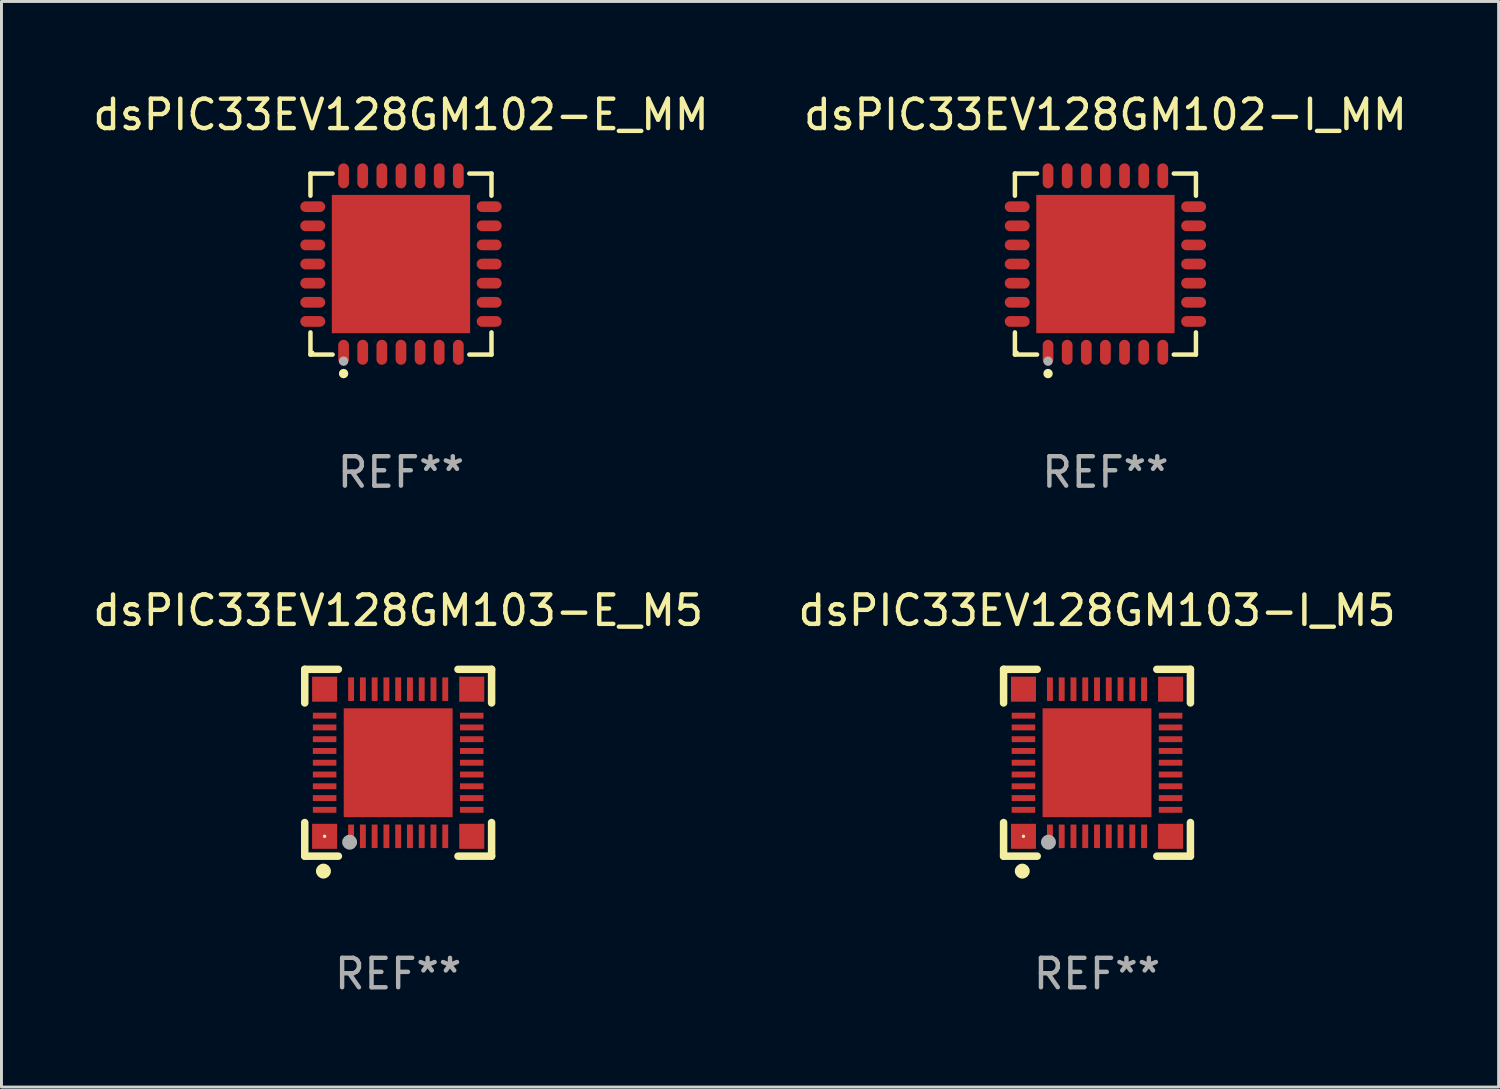
<source format=kicad_pcb>
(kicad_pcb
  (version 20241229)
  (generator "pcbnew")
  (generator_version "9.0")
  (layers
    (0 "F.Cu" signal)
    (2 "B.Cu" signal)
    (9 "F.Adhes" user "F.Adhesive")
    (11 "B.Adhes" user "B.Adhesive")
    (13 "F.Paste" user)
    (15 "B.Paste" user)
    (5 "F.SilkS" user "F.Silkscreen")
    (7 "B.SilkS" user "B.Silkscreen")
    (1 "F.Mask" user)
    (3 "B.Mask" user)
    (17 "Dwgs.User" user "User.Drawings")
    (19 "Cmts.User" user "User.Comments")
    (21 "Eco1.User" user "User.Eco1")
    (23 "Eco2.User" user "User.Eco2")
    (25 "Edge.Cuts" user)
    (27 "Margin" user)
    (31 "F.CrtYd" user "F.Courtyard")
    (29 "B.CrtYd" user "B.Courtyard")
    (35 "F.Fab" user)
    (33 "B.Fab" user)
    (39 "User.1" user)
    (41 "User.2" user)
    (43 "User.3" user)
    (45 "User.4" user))
  (footprint "dsPIC33EV128GM102-E_MM"
    (layer "F.Cu")
    (at 10.577 5.924)
    (property "Reference" "dsPIC33EV128GM102-E_MM" (at 0 -5.076 0) (layer "F.SilkS") (effects (font (size 1 1) (thickness 0.15))))
    (attr through_hole)
    (fp_line (start -3.076 -3.076) (end -2.323 -3.076) (stroke (width 0.152) (type solid)) (layer "F.SilkS"))
    (fp_line (start -3.076 -2.323) (end -3.076 -3.076) (stroke (width 0.152) (type solid)) (layer "F.SilkS"))
    (fp_line (start -3.076 2.323) (end -3.076 3.076) (stroke (width 0.152) (type solid)) (layer "F.SilkS"))
    (fp_line (start -3.076 3.076) (end -2.323 3.076) (stroke (width 0.152) (type solid)) (layer "F.SilkS"))
    (fp_line (start 3.076 -3.076) (end 2.323 -3.076) (stroke (width 0.152) (type solid)) (layer "F.SilkS"))
    (fp_line (start 3.076 -2.323) (end 3.076 -3.076) (stroke (width 0.152) (type solid)) (layer "F.SilkS"))
    (fp_line (start 3.076 2.323) (end 3.076 3.076) (stroke (width 0.152) (type solid)) (layer "F.SilkS"))
    (fp_line (start 3.076 3.076) (end 2.323 3.076) (stroke (width 0.152) (type solid)) (layer "F.SilkS"))
    (fp_circle (center -3 3) (end -2.97 3) (stroke (width 0.06) (type solid)) (fill no) (layer "F.SilkS"))
    (fp_circle (center -1.95 3.722) (end -1.87 3.722) (stroke (width 0.16) (type solid)) (fill no) (layer "F.SilkS"))
    (fp_circle (center -1.95 3.3) (end -1.87 3.3) (stroke (width 0.16) (type solid)) (fill no) (layer "F.Fab"))
    (fp_text user "REF**" (at 0 7.076 0) (layer "F.Fab") (effects (font (size 1 1) (thickness 0.15))))
    (pad "1" smd oval (at -1.95 2.998) (size 0.364 0.847) (layers "F.Cu" "F.Mask" "F.Paste"))
    (pad "2" smd oval (at -1.3 2.998) (size 0.364 0.847) (layers "F.Cu" "F.Mask" "F.Paste"))
    (pad "3" smd oval (at -0.65 2.998) (size 0.364 0.847) (layers "F.Cu" "F.Mask" "F.Paste"))
    (pad "4" smd oval (at 0 2.998) (size 0.364 0.847) (layers "F.Cu" "F.Mask" "F.Paste"))
    (pad "5" smd oval (at 0.65 2.998) (size 0.364 0.847) (layers "F.Cu" "F.Mask" "F.Paste"))
    (pad "6" smd oval (at 1.3 2.998) (size 0.364 0.847) (layers "F.Cu" "F.Mask" "F.Paste"))
    (pad "7" smd oval (at 1.95 2.998) (size 0.364 0.847) (layers "F.Cu" "F.Mask" "F.Paste"))
    (pad "8" smd oval (at 2.998 1.95) (size 0.847 0.364) (layers "F.Cu" "F.Mask" "F.Paste"))
    (pad "9" smd oval (at 2.998 1.3) (size 0.847 0.364) (layers "F.Cu" "F.Mask" "F.Paste"))
    (pad "10" smd oval (at 2.998 0.65) (size 0.847 0.364) (layers "F.Cu" "F.Mask" "F.Paste"))
    (pad "11" smd oval (at 2.998 0) (size 0.847 0.364) (layers "F.Cu" "F.Mask" "F.Paste"))
    (pad "12" smd oval (at 2.998 -0.65) (size 0.847 0.364) (layers "F.Cu" "F.Mask" "F.Paste"))
    (pad "13" smd oval (at 2.998 -1.3) (size 0.847 0.364) (layers "F.Cu" "F.Mask" "F.Paste"))
    (pad "14" smd oval (at 2.998 -1.95) (size 0.847 0.364) (layers "F.Cu" "F.Mask" "F.Paste"))
    (pad "15" smd oval (at 1.95 -2.998) (size 0.364 0.847) (layers "F.Cu" "F.Mask" "F.Paste"))
    (pad "16" smd oval (at 1.3 -2.998) (size 0.364 0.847) (layers "F.Cu" "F.Mask" "F.Paste"))
    (pad "17" smd oval (at 0.65 -2.998) (size 0.364 0.847) (layers "F.Cu" "F.Mask" "F.Paste"))
    (pad "18" smd oval (at 0 -2.998) (size 0.364 0.847) (layers "F.Cu" "F.Mask" "F.Paste"))
    (pad "19" smd oval (at -0.65 -2.998) (size 0.364 0.847) (layers "F.Cu" "F.Mask" "F.Paste"))
    (pad "20" smd oval (at -1.3 -2.998) (size 0.364 0.847) (layers "F.Cu" "F.Mask" "F.Paste"))
    (pad "21" smd oval (at -1.95 -2.998) (size 0.364 0.847) (layers "F.Cu" "F.Mask" "F.Paste"))
    (pad "22" smd oval (at -2.998 -1.95) (size 0.847 0.364) (layers "F.Cu" "F.Mask" "F.Paste"))
    (pad "23" smd oval (at -2.998 -1.3) (size 0.847 0.364) (layers "F.Cu" "F.Mask" "F.Paste"))
    (pad "24" smd oval (at -2.998 -0.65) (size 0.847 0.364) (layers "F.Cu" "F.Mask" "F.Paste"))
    (pad "25" smd oval (at -2.998 0) (size 0.847 0.364) (layers "F.Cu" "F.Mask" "F.Paste"))
    (pad "26" smd oval (at -2.998 0.65) (size 0.847 0.364) (layers "F.Cu" "F.Mask" "F.Paste"))
    (pad "27" smd oval (at -2.998 1.3) (size 0.847 0.364) (layers "F.Cu" "F.Mask" "F.Paste"))
    (pad "28" smd oval (at -2.998 1.95) (size 0.847 0.364) (layers "F.Cu" "F.Mask" "F.Paste"))
    (pad "29" smd rect (at 0 0) (size 4.7 4.7) (layers "F.Cu" "F.Mask" "F.Paste")))
  (footprint "dsPIC33EV128GM102-I_MM"
    (layer "F.Cu")
    (at 34.518 5.924)
    (property "Reference" "dsPIC33EV128GM102-I_MM" (at 0 -5.076 0) (layer "F.SilkS") (effects (font (size 1 1) (thickness 0.15))))
    (attr through_hole)
    (fp_line (start -3.076 -3.076) (end -2.323 -3.076) (stroke (width 0.152) (type solid)) (layer "F.SilkS"))
    (fp_line (start -3.076 -2.323) (end -3.076 -3.076) (stroke (width 0.152) (type solid)) (layer "F.SilkS"))
    (fp_line (start -3.076 2.323) (end -3.076 3.076) (stroke (width 0.152) (type solid)) (layer "F.SilkS"))
    (fp_line (start -3.076 3.076) (end -2.323 3.076) (stroke (width 0.152) (type solid)) (layer "F.SilkS"))
    (fp_line (start 3.076 -3.076) (end 2.323 -3.076) (stroke (width 0.152) (type solid)) (layer "F.SilkS"))
    (fp_line (start 3.076 -2.323) (end 3.076 -3.076) (stroke (width 0.152) (type solid)) (layer "F.SilkS"))
    (fp_line (start 3.076 2.323) (end 3.076 3.076) (stroke (width 0.152) (type solid)) (layer "F.SilkS"))
    (fp_line (start 3.076 3.076) (end 2.323 3.076) (stroke (width 0.152) (type solid)) (layer "F.SilkS"))
    (fp_circle (center -3 3) (end -2.97 3) (stroke (width 0.06) (type solid)) (fill no) (layer "F.SilkS"))
    (fp_circle (center -1.95 3.722) (end -1.87 3.722) (stroke (width 0.16) (type solid)) (fill no) (layer "F.SilkS"))
    (fp_circle (center -1.95 3.3) (end -1.87 3.3) (stroke (width 0.16) (type solid)) (fill no) (layer "F.Fab"))
    (fp_text user "REF**" (at 0 7.076 0) (layer "F.Fab") (effects (font (size 1 1) (thickness 0.15))))
    (pad "1" smd oval (at -1.95 2.998) (size 0.364 0.847) (layers "F.Cu" "F.Mask" "F.Paste"))
    (pad "2" smd oval (at -1.3 2.998) (size 0.364 0.847) (layers "F.Cu" "F.Mask" "F.Paste"))
    (pad "3" smd oval (at -0.65 2.998) (size 0.364 0.847) (layers "F.Cu" "F.Mask" "F.Paste"))
    (pad "4" smd oval (at 0 2.998) (size 0.364 0.847) (layers "F.Cu" "F.Mask" "F.Paste"))
    (pad "5" smd oval (at 0.65 2.998) (size 0.364 0.847) (layers "F.Cu" "F.Mask" "F.Paste"))
    (pad "6" smd oval (at 1.3 2.998) (size 0.364 0.847) (layers "F.Cu" "F.Mask" "F.Paste"))
    (pad "7" smd oval (at 1.95 2.998) (size 0.364 0.847) (layers "F.Cu" "F.Mask" "F.Paste"))
    (pad "8" smd oval (at 2.998 1.95) (size 0.847 0.364) (layers "F.Cu" "F.Mask" "F.Paste"))
    (pad "9" smd oval (at 2.998 1.3) (size 0.847 0.364) (layers "F.Cu" "F.Mask" "F.Paste"))
    (pad "10" smd oval (at 2.998 0.65) (size 0.847 0.364) (layers "F.Cu" "F.Mask" "F.Paste"))
    (pad "11" smd oval (at 2.998 0) (size 0.847 0.364) (layers "F.Cu" "F.Mask" "F.Paste"))
    (pad "12" smd oval (at 2.998 -0.65) (size 0.847 0.364) (layers "F.Cu" "F.Mask" "F.Paste"))
    (pad "13" smd oval (at 2.998 -1.3) (size 0.847 0.364) (layers "F.Cu" "F.Mask" "F.Paste"))
    (pad "14" smd oval (at 2.998 -1.95) (size 0.847 0.364) (layers "F.Cu" "F.Mask" "F.Paste"))
    (pad "15" smd oval (at 1.95 -2.998) (size 0.364 0.847) (layers "F.Cu" "F.Mask" "F.Paste"))
    (pad "16" smd oval (at 1.3 -2.998) (size 0.364 0.847) (layers "F.Cu" "F.Mask" "F.Paste"))
    (pad "17" smd oval (at 0.65 -2.998) (size 0.364 0.847) (layers "F.Cu" "F.Mask" "F.Paste"))
    (pad "18" smd oval (at 0 -2.998) (size 0.364 0.847) (layers "F.Cu" "F.Mask" "F.Paste"))
    (pad "19" smd oval (at -0.65 -2.998) (size 0.364 0.847) (layers "F.Cu" "F.Mask" "F.Paste"))
    (pad "20" smd oval (at -1.3 -2.998) (size 0.364 0.847) (layers "F.Cu" "F.Mask" "F.Paste"))
    (pad "21" smd oval (at -1.95 -2.998) (size 0.364 0.847) (layers "F.Cu" "F.Mask" "F.Paste"))
    (pad "22" smd oval (at -2.998 -1.95) (size 0.847 0.364) (layers "F.Cu" "F.Mask" "F.Paste"))
    (pad "23" smd oval (at -2.998 -1.3) (size 0.847 0.364) (layers "F.Cu" "F.Mask" "F.Paste"))
    (pad "24" smd oval (at -2.998 -0.65) (size 0.847 0.364) (layers "F.Cu" "F.Mask" "F.Paste"))
    (pad "25" smd oval (at -2.998 0) (size 0.847 0.364) (layers "F.Cu" "F.Mask" "F.Paste"))
    (pad "26" smd oval (at -2.998 0.65) (size 0.847 0.364) (layers "F.Cu" "F.Mask" "F.Paste"))
    (pad "27" smd oval (at -2.998 1.3) (size 0.847 0.364) (layers "F.Cu" "F.Mask" "F.Paste"))
    (pad "28" smd oval (at -2.998 1.95) (size 0.847 0.364) (layers "F.Cu" "F.Mask" "F.Paste"))
    (pad "29" smd rect (at 0 0) (size 4.7 4.7) (layers "F.Cu" "F.Mask" "F.Paste")))
  (footprint "dsPIC33EV128GM103-I_M5"
    (layer "F.Cu")
    (at 34.232 22.872)
    (property "Reference" "dsPIC33EV128GM103-I_M5" (at 0 -5.175 0) (layer "F.SilkS") (effects (font (size 1 1) (thickness 0.15))))
    (attr through_hole)
    (fp_line (start -3.175 -3.175) (end -2.032 -3.175) (stroke (width 0.254) (type solid)) (layer "F.SilkS"))
    (fp_line (start -3.175 -2.032) (end -3.175 -3.175) (stroke (width 0.254) (type solid)) (layer "F.SilkS"))
    (fp_line (start -3.175 3.175) (end -3.175 2.032) (stroke (width 0.254) (type solid)) (layer "F.SilkS"))
    (fp_line (start -2.032 3.175) (end -3.175 3.175) (stroke (width 0.254) (type solid)) (layer "F.SilkS"))
    (fp_line (start 2.032 -3.175) (end 3.175 -3.175) (stroke (width 0.254) (type solid)) (layer "F.SilkS"))
    (fp_line (start 3.175 -3.175) (end 3.175 -2.032) (stroke (width 0.254) (type solid)) (layer "F.SilkS"))
    (fp_line (start 3.175 2.032) (end 3.175 3.175) (stroke (width 0.254) (type solid)) (layer "F.SilkS"))
    (fp_line (start 3.175 3.175) (end 2.032 3.175) (stroke (width 0.254) (type solid)) (layer "F.SilkS"))
    (fp_circle (center -2.54 3.683) (end -2.413 3.683) (stroke (width 0.254) (type solid)) (fill no) (layer "F.SilkS"))
    (fp_circle (center -2.5 2.5) (end -2.47 2.5) (stroke (width 0.06) (type solid)) (fill no) (layer "F.SilkS"))
    (fp_circle (center -1.65 2.7) (end -1.523 2.7) (stroke (width 0.254) (type solid)) (fill no) (layer "F.Fab"))
    (fp_text user "REF**" (at 0 7.175 0) (layer "F.Fab") (effects (font (size 1 1) (thickness 0.15))))
    (pad "1" smd rect (at -1.6 2.5) (size 0.2 0.8) (layers "F.Cu" "F.Mask" "F.Paste"))
    (pad "2" smd rect (at -1.2 2.5) (size 0.2 0.8) (layers "F.Cu" "F.Mask" "F.Paste"))
    (pad "3" smd rect (at -0.8 2.5) (size 0.2 0.8) (layers "F.Cu" "F.Mask" "F.Paste"))
    (pad "4" smd rect (at -0.4 2.5) (size 0.2 0.8) (layers "F.Cu" "F.Mask" "F.Paste"))
    (pad "5" smd rect (at -0.000051 2.5) (size 0.2 0.8) (layers "F.Cu" "F.Mask" "F.Paste"))
    (pad "6" smd rect (at 0.4 2.5) (size 0.2 0.8) (layers "F.Cu" "F.Mask" "F.Paste"))
    (pad "7" smd rect (at 0.8 2.5) (size 0.2 0.8) (layers "F.Cu" "F.Mask" "F.Paste"))
    (pad "8" smd rect (at 1.2 2.5) (size 0.2 0.8) (layers "F.Cu" "F.Mask" "F.Paste"))
    (pad "9" smd rect (at 1.6 2.5) (size 0.2 0.8) (layers "F.Cu" "F.Mask" "F.Paste"))
    (pad "10" smd rect (at 2.5 1.6 90) (size 0.2 0.8) (layers "F.Cu" "F.Mask" "F.Paste"))
    (pad "11" smd rect (at 2.5 1.2 90) (size 0.2 0.8) (layers "F.Cu" "F.Mask" "F.Paste"))
    (pad "12" smd rect (at 2.5 0.8 90) (size 0.2 0.8) (layers "F.Cu" "F.Mask" "F.Paste"))
    (pad "13" smd rect (at 2.5 0.4 90) (size 0.2 0.8) (layers "F.Cu" "F.Mask" "F.Paste"))
    (pad "14" smd rect (at 2.5 -0.000051 90) (size 0.2 0.8) (layers "F.Cu" "F.Mask" "F.Paste"))
    (pad "15" smd rect (at 2.5 -0.4 90) (size 0.2 0.8) (layers "F.Cu" "F.Mask" "F.Paste"))
    (pad "16" smd rect (at 2.5 -0.8 90) (size 0.2 0.8) (layers "F.Cu" "F.Mask" "F.Paste"))
    (pad "17" smd rect (at 2.5 -1.2 90) (size 0.2 0.8) (layers "F.Cu" "F.Mask" "F.Paste"))
    (pad "18" smd rect (at 2.5 -1.6 90) (size 0.2 0.8) (layers "F.Cu" "F.Mask" "F.Paste"))
    (pad "19" smd rect (at 1.6 -2.5 180) (size 0.2 0.8) (layers "F.Cu" "F.Mask" "F.Paste"))
    (pad "20" smd rect (at 1.2 -2.5 180) (size 0.2 0.8) (layers "F.Cu" "F.Mask" "F.Paste"))
    (pad "21" smd rect (at 0.8 -2.5 180) (size 0.2 0.8) (layers "F.Cu" "F.Mask" "F.Paste"))
    (pad "22" smd rect (at 0.4 -2.5 180) (size 0.2 0.8) (layers "F.Cu" "F.Mask" "F.Paste"))
    (pad "23" smd rect (at -0.000051 -2.5 180) (size 0.2 0.8) (layers "F.Cu" "F.Mask" "F.Paste"))
    (pad "24" smd rect (at -0.4 -2.5 180) (size 0.2 0.8) (layers "F.Cu" "F.Mask" "F.Paste"))
    (pad "25" smd rect (at -0.8 -2.5 180) (size 0.2 0.8) (layers "F.Cu" "F.Mask" "F.Paste"))
    (pad "26" smd rect (at -1.2 -2.5 180) (size 0.2 0.8) (layers "F.Cu" "F.Mask" "F.Paste"))
    (pad "27" smd rect (at -1.6 -2.5 180) (size 0.2 0.8) (layers "F.Cu" "F.Mask" "F.Paste"))
    (pad "28" smd rect (at -2.5 -1.6 270) (size 0.2 0.8) (layers "F.Cu" "F.Mask" "F.Paste"))
    (pad "29" smd rect (at -2.5 -1.2 270) (size 0.2 0.8) (layers "F.Cu" "F.Mask" "F.Paste"))
    (pad "30" smd rect (at -2.5 -0.8 270) (size 0.2 0.8) (layers "F.Cu" "F.Mask" "F.Paste"))
    (pad "31" smd rect (at -2.5 -0.4 270) (size 0.2 0.8) (layers "F.Cu" "F.Mask" "F.Paste"))
    (pad "32" smd rect (at -2.5 -0.000051 270) (size 0.2 0.8) (layers "F.Cu" "F.Mask" "F.Paste"))
    (pad "33" smd rect (at -2.5 0.4 270) (size 0.2 0.8) (layers "F.Cu" "F.Mask" "F.Paste"))
    (pad "34" smd rect (at -2.5 0.8 270) (size 0.2 0.8) (layers "F.Cu" "F.Mask" "F.Paste"))
    (pad "35" smd rect (at -2.5 1.2 270) (size 0.2 0.8) (layers "F.Cu" "F.Mask" "F.Paste"))
    (pad "36" smd rect (at -2.5 1.6 270) (size 0.2 0.8) (layers "F.Cu" "F.Mask" "F.Paste"))
    (pad "37" smd rect (at -2.5 -2.5) (size 0.85 0.85) (layers "F.Cu" "F.Mask" "F.Paste"))
    (pad "37" smd rect (at -2.5 2.5) (size 0.85 0.85) (layers "F.Cu" "F.Mask" "F.Paste"))
    (pad "37" smd rect (at -0.000051 -0.000051) (size 3.7 3.7) (layers "F.Cu" "F.Mask" "F.Paste"))
    (pad "37" smd rect (at 2.5 -2.5) (size 0.85 0.85) (layers "F.Cu" "F.Mask" "F.Paste"))
    (pad "37" smd rect (at 2.5 2.5) (size 0.85 0.85) (layers "F.Cu" "F.Mask" "F.Paste")))
  (footprint "dsPIC33EV128GM103-E_M5"
    (layer "F.Cu")
    (at 10.482 22.872)
    (property "Reference" "dsPIC33EV128GM103-E_M5" (at 0 -5.175 0) (layer "F.SilkS") (effects (font (size 1 1) (thickness 0.15))))
    (attr through_hole)
    (fp_line (start -3.175 -3.175) (end -2.032 -3.175) (stroke (width 0.254) (type solid)) (layer "F.SilkS"))
    (fp_line (start -3.175 -2.032) (end -3.175 -3.175) (stroke (width 0.254) (type solid)) (layer "F.SilkS"))
    (fp_line (start -3.175 3.175) (end -3.175 2.032) (stroke (width 0.254) (type solid)) (layer "F.SilkS"))
    (fp_line (start -2.032 3.175) (end -3.175 3.175) (stroke (width 0.254) (type solid)) (layer "F.SilkS"))
    (fp_line (start 2.032 -3.175) (end 3.175 -3.175) (stroke (width 0.254) (type solid)) (layer "F.SilkS"))
    (fp_line (start 3.175 -3.175) (end 3.175 -2.032) (stroke (width 0.254) (type solid)) (layer "F.SilkS"))
    (fp_line (start 3.175 2.032) (end 3.175 3.175) (stroke (width 0.254) (type solid)) (layer "F.SilkS"))
    (fp_line (start 3.175 3.175) (end 2.032 3.175) (stroke (width 0.254) (type solid)) (layer "F.SilkS"))
    (fp_circle (center -2.54 3.683) (end -2.413 3.683) (stroke (width 0.254) (type solid)) (fill no) (layer "F.SilkS"))
    (fp_circle (center -2.5 2.5) (end -2.47 2.5) (stroke (width 0.06) (type solid)) (fill no) (layer "F.SilkS"))
    (fp_circle (center -1.65 2.7) (end -1.523 2.7) (stroke (width 0.254) (type solid)) (fill no) (layer "F.Fab"))
    (fp_text user "REF**" (at 0 7.175 0) (layer "F.Fab") (effects (font (size 1 1) (thickness 0.15))))
    (pad "1" smd rect (at -1.6 2.5) (size 0.2 0.8) (layers "F.Cu" "F.Mask" "F.Paste"))
    (pad "2" smd rect (at -1.2 2.5) (size 0.2 0.8) (layers "F.Cu" "F.Mask" "F.Paste"))
    (pad "3" smd rect (at -0.8 2.5) (size 0.2 0.8) (layers "F.Cu" "F.Mask" "F.Paste"))
    (pad "4" smd rect (at -0.4 2.5) (size 0.2 0.8) (layers "F.Cu" "F.Mask" "F.Paste"))
    (pad "5" smd rect (at -0.000051 2.5) (size 0.2 0.8) (layers "F.Cu" "F.Mask" "F.Paste"))
    (pad "6" smd rect (at 0.4 2.5) (size 0.2 0.8) (layers "F.Cu" "F.Mask" "F.Paste"))
    (pad "7" smd rect (at 0.8 2.5) (size 0.2 0.8) (layers "F.Cu" "F.Mask" "F.Paste"))
    (pad "8" smd rect (at 1.2 2.5) (size 0.2 0.8) (layers "F.Cu" "F.Mask" "F.Paste"))
    (pad "9" smd rect (at 1.6 2.5) (size 0.2 0.8) (layers "F.Cu" "F.Mask" "F.Paste"))
    (pad "10" smd rect (at 2.5 1.6 90) (size 0.2 0.8) (layers "F.Cu" "F.Mask" "F.Paste"))
    (pad "11" smd rect (at 2.5 1.2 90) (size 0.2 0.8) (layers "F.Cu" "F.Mask" "F.Paste"))
    (pad "12" smd rect (at 2.5 0.8 90) (size 0.2 0.8) (layers "F.Cu" "F.Mask" "F.Paste"))
    (pad "13" smd rect (at 2.5 0.4 90) (size 0.2 0.8) (layers "F.Cu" "F.Mask" "F.Paste"))
    (pad "14" smd rect (at 2.5 -0.000051 90) (size 0.2 0.8) (layers "F.Cu" "F.Mask" "F.Paste"))
    (pad "15" smd rect (at 2.5 -0.4 90) (size 0.2 0.8) (layers "F.Cu" "F.Mask" "F.Paste"))
    (pad "16" smd rect (at 2.5 -0.8 90) (size 0.2 0.8) (layers "F.Cu" "F.Mask" "F.Paste"))
    (pad "17" smd rect (at 2.5 -1.2 90) (size 0.2 0.8) (layers "F.Cu" "F.Mask" "F.Paste"))
    (pad "18" smd rect (at 2.5 -1.6 90) (size 0.2 0.8) (layers "F.Cu" "F.Mask" "F.Paste"))
    (pad "19" smd rect (at 1.6 -2.5 180) (size 0.2 0.8) (layers "F.Cu" "F.Mask" "F.Paste"))
    (pad "20" smd rect (at 1.2 -2.5 180) (size 0.2 0.8) (layers "F.Cu" "F.Mask" "F.Paste"))
    (pad "21" smd rect (at 0.8 -2.5 180) (size 0.2 0.8) (layers "F.Cu" "F.Mask" "F.Paste"))
    (pad "22" smd rect (at 0.4 -2.5 180) (size 0.2 0.8) (layers "F.Cu" "F.Mask" "F.Paste"))
    (pad "23" smd rect (at -0.000051 -2.5 180) (size 0.2 0.8) (layers "F.Cu" "F.Mask" "F.Paste"))
    (pad "24" smd rect (at -0.4 -2.5 180) (size 0.2 0.8) (layers "F.Cu" "F.Mask" "F.Paste"))
    (pad "25" smd rect (at -0.8 -2.5 180) (size 0.2 0.8) (layers "F.Cu" "F.Mask" "F.Paste"))
    (pad "26" smd rect (at -1.2 -2.5 180) (size 0.2 0.8) (layers "F.Cu" "F.Mask" "F.Paste"))
    (pad "27" smd rect (at -1.6 -2.5 180) (size 0.2 0.8) (layers "F.Cu" "F.Mask" "F.Paste"))
    (pad "28" smd rect (at -2.5 -1.6 270) (size 0.2 0.8) (layers "F.Cu" "F.Mask" "F.Paste"))
    (pad "29" smd rect (at -2.5 -1.2 270) (size 0.2 0.8) (layers "F.Cu" "F.Mask" "F.Paste"))
    (pad "30" smd rect (at -2.5 -0.8 270) (size 0.2 0.8) (layers "F.Cu" "F.Mask" "F.Paste"))
    (pad "31" smd rect (at -2.5 -0.4 270) (size 0.2 0.8) (layers "F.Cu" "F.Mask" "F.Paste"))
    (pad "32" smd rect (at -2.5 -0.000051 270) (size 0.2 0.8) (layers "F.Cu" "F.Mask" "F.Paste"))
    (pad "33" smd rect (at -2.5 0.4 270) (size 0.2 0.8) (layers "F.Cu" "F.Mask" "F.Paste"))
    (pad "34" smd rect (at -2.5 0.8 270) (size 0.2 0.8) (layers "F.Cu" "F.Mask" "F.Paste"))
    (pad "35" smd rect (at -2.5 1.2 270) (size 0.2 0.8) (layers "F.Cu" "F.Mask" "F.Paste"))
    (pad "36" smd rect (at -2.5 1.6 270) (size 0.2 0.8) (layers "F.Cu" "F.Mask" "F.Paste"))
    (pad "37" smd rect (at -2.5 -2.5) (size 0.85 0.85) (layers "F.Cu" "F.Mask" "F.Paste"))
    (pad "37" smd rect (at -2.5 2.5) (size 0.85 0.85) (layers "F.Cu" "F.Mask" "F.Paste"))
    (pad "37" smd rect (at -0.000051 -0.000051) (size 3.7 3.7) (layers "F.Cu" "F.Mask" "F.Paste"))
    (pad "37" smd rect (at 2.5 -2.5) (size 0.85 0.85) (layers "F.Cu" "F.Mask" "F.Paste"))
    (pad "37" smd rect (at 2.5 2.5) (size 0.85 0.85) (layers "F.Cu" "F.Mask" "F.Paste")))
  (gr_rect
    (start -3 -3)
    (end 47.881 33.895)
    (stroke (width 0.1) (type default))
    (fill no)
    (layer "Edge.Cuts")))
</source>
